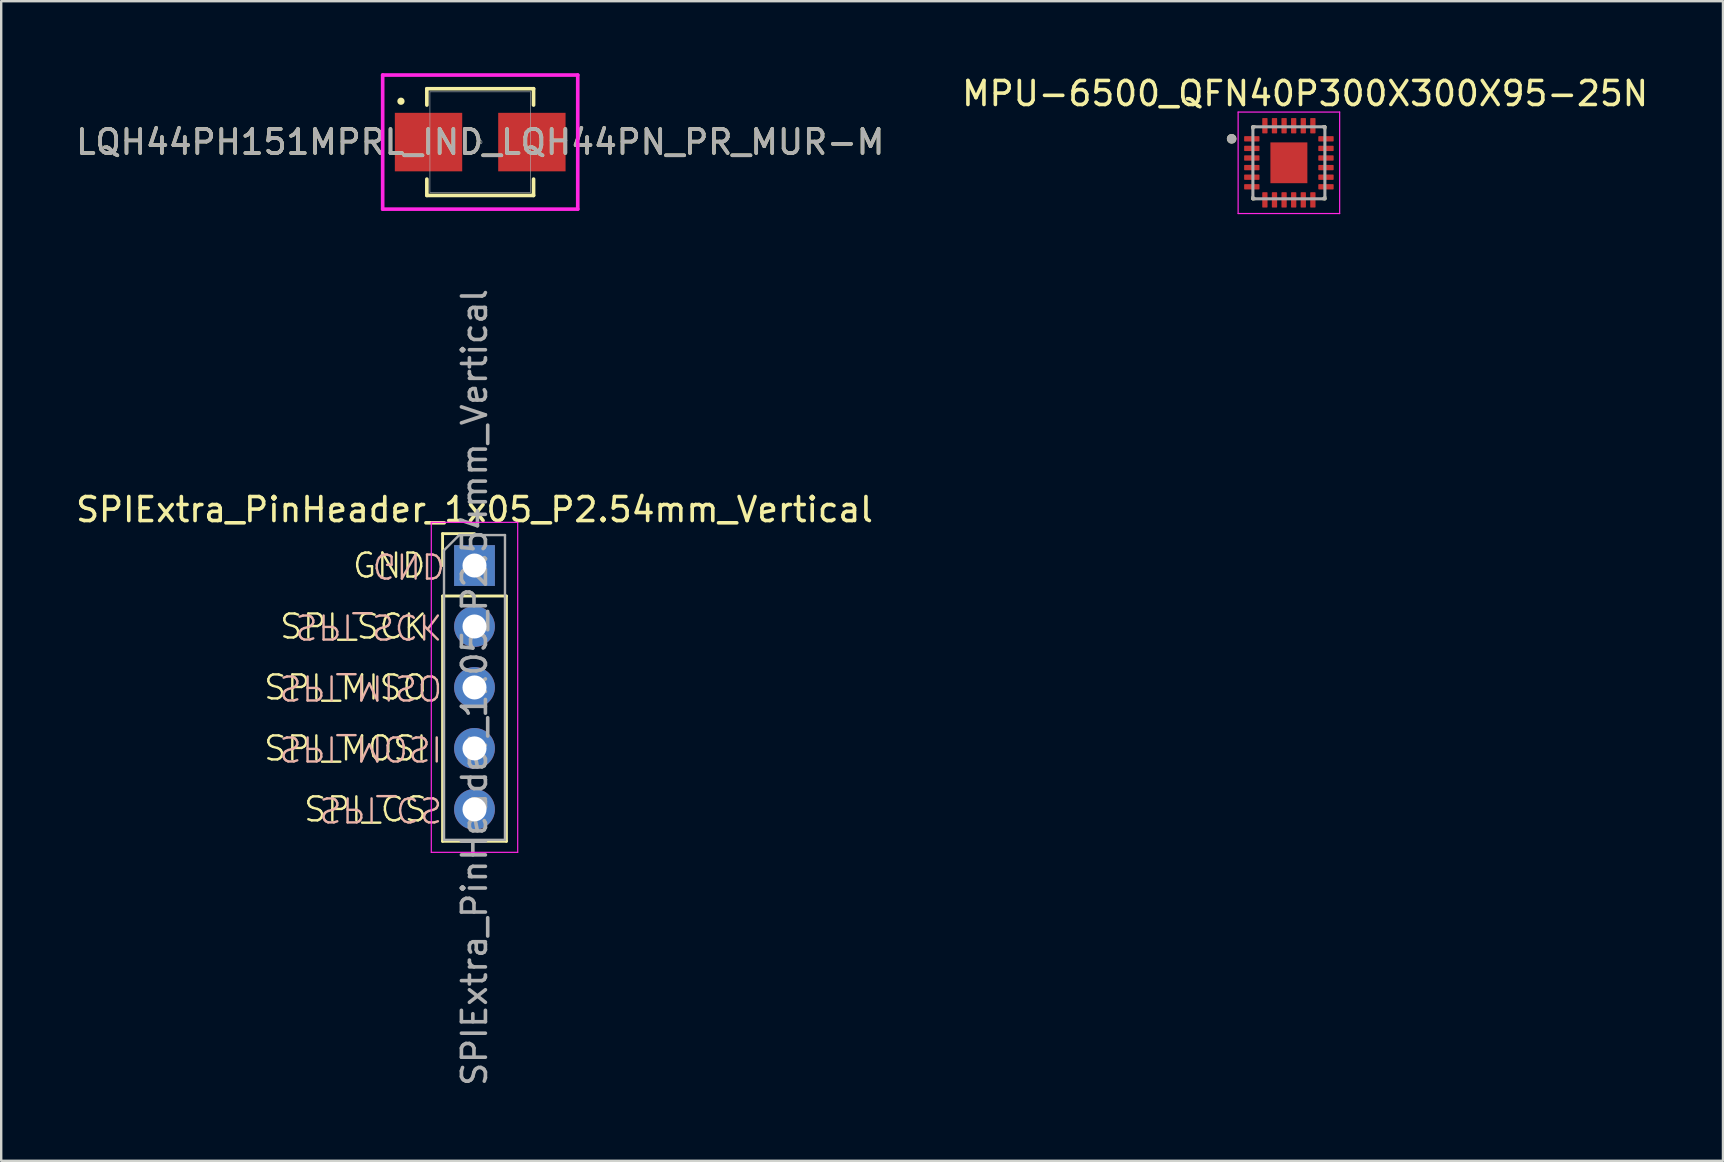
<source format=kicad_pcb>
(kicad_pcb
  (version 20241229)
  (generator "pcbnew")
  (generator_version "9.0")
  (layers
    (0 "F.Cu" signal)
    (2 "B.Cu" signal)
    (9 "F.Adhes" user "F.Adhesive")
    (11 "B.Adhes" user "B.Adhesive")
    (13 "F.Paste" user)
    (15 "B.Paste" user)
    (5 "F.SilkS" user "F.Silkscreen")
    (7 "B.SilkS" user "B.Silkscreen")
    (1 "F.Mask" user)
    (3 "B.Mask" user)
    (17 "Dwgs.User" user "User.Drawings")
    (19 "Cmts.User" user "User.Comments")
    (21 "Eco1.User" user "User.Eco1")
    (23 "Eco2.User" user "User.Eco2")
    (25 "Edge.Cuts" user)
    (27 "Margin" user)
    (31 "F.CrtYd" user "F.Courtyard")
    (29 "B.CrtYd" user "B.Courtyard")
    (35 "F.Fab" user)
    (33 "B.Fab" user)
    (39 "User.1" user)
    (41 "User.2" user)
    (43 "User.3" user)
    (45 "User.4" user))
  (footprint "SPIExtra_PinHeader_1x05_P2.54mm_Vertical"
    (layer "F.Cu")
    (at 16.72 20.513)
    (property "Reference" "SPIExtra_PinHeader_1x05_P2.54mm_Vertical" (at 0 -2.33 180) (layer "F.SilkS") (effects (font (size 1 1) (thickness 0.15))))
    (attr through_hole exclude_from_bom)
    (fp_line (start -1.33 -1.33) (end 0 -1.33) (stroke (width 0.12) (type solid)) (layer "F.SilkS"))
    (fp_line (start -1.33 0) (end -1.33 -1.33) (stroke (width 0.12) (type solid)) (layer "F.SilkS"))
    (fp_line (start -1.33 1.27) (end -1.33 11.49) (stroke (width 0.12) (type solid)) (layer "F.SilkS"))
    (fp_line (start -1.33 1.27) (end 1.33 1.27) (stroke (width 0.12) (type solid)) (layer "F.SilkS"))
    (fp_line (start -1.33 11.49) (end 1.33 11.49) (stroke (width 0.12) (type solid)) (layer "F.SilkS"))
    (fp_line (start 1.33 1.27) (end 1.33 11.49) (stroke (width 0.12) (type solid)) (layer "F.SilkS"))
    (fp_line (start -1.8 -1.8) (end -1.8 11.95) (stroke (width 0.05) (type solid)) (layer "F.CrtYd"))
    (fp_line (start -1.8 11.95) (end 1.8 11.95) (stroke (width 0.05) (type solid)) (layer "F.CrtYd"))
    (fp_line (start 1.8 -1.8) (end -1.8 -1.8) (stroke (width 0.05) (type solid)) (layer "F.CrtYd"))
    (fp_line (start 1.8 11.95) (end 1.8 -1.8) (stroke (width 0.05) (type solid)) (layer "F.CrtYd"))
    (fp_line (start -1.27 -0.635) (end -0.635 -1.27) (stroke (width 0.1) (type solid)) (layer "F.Fab"))
    (fp_line (start -1.27 11.43) (end -1.27 -0.635) (stroke (width 0.1) (type solid)) (layer "F.Fab"))
    (fp_line (start -0.635 -1.27) (end 1.27 -1.27) (stroke (width 0.1) (type solid)) (layer "F.Fab"))
    (fp_line (start 1.27 -1.27) (end 1.27 11.43) (stroke (width 0.1) (type solid)) (layer "F.Fab"))
    (fp_line (start 1.27 11.43) (end -1.27 11.43) (stroke (width 0.1) (type solid)) (layer "F.Fab"))
    (fp_text user "SPI_MOSI" (at -1.905 7.62 0) (unlocked yes) (layer "F.SilkS") (effects (font (size 1 1) (thickness 0.1)) (justify right)))
    (fp_text user "SPI_CS" (at -1.905 10.16 0) (unlocked yes) (layer "F.SilkS") (effects (font (size 1 1) (thickness 0.1)) (justify right)))
    (fp_text user "SPI_SCK" (at -1.905 2.54 0) (unlocked yes) (layer "F.SilkS") (effects (font (size 1 1) (thickness 0.1)) (justify right)))
    (fp_text user "SPI_MISO" (at -1.905 5.08 0) (unlocked yes) (layer "F.SilkS") (effects (font (size 1 1) (thickness 0.1)) (justify right)))
    (fp_text user "GND" (at -1.965 0 0) (unlocked yes) (layer "F.SilkS") (effects (font (size 1 1) (thickness 0.1)) (justify right)))
    (fp_text user "SPI_MOSI" (at -1.27 7.62 180) (unlocked yes) (layer "B.SilkS") (effects (font (size 1 1) (thickness 0.1)) (justify right mirror)))
    (fp_text user "SPI_SCK" (at -1.27 2.54 180) (unlocked yes) (layer "B.SilkS") (effects (font (size 1 1) (thickness 0.1)) (justify right mirror)))
    (fp_text user "GND" (at -1.15 0 180) (unlocked yes) (layer "B.SilkS") (effects (font (size 1 1) (thickness 0.1)) (justify right mirror)))
    (fp_text user "SPI_CS" (at -1.27 10.16 180) (unlocked yes) (layer "B.SilkS") (effects (font (size 1 1) (thickness 0.1)) (justify right mirror)))
    (fp_text user "SPI_MISO" (at -1.27 5.08 180) (unlocked yes) (layer "B.SilkS") (effects (font (size 1 1) (thickness 0.1)) (justify right mirror)))
    (fp_text user "${REFERENCE}" (at 0 5.08 90) (layer "F.Fab") (effects (font (size 1 1) (thickness 0.15))))
    (pad "1" thru_hole rect (at 0 0) (size 1.7 1.7) (drill 1) (layers "*.Cu" "*.Mask"))
    (pad "2" thru_hole oval (at 0 2.54) (size 1.7 1.7) (drill 1) (layers "*.Cu" "*.Mask"))
    (pad "3" thru_hole oval (at 0 5.08) (size 1.7 1.7) (drill 1) (layers "*.Cu" "*.Mask"))
    (pad "4" thru_hole oval (at 0 7.62) (size 1.7 1.7) (drill 1) (layers "*.Cu" "*.Mask"))
    (pad "5" thru_hole oval (at 0 10.16) (size 1.7 1.7) (drill 1) (layers "*.Cu" "*.Mask")))
  (footprint "MPU-6500_QFN40P300X300X95-25N"
    (layer "F.Cu")
    (at 50.652 3.733)
    (property "Reference" "MPU-6500_QFN40P300X300X95-25N" (at 0.675 -2.885 0) (layer "F.SilkS") (effects (font (size 1 1) (thickness 0.15))))
    (attr smd)
    (fp_line (start -1.5 -1.5) (end -1.5 -1.43) (stroke (width 0.127) (type solid)) (layer "F.SilkS"))
    (fp_line (start -1.5 -1.5) (end -1.43 -1.5) (stroke (width 0.127) (type solid)) (layer "F.SilkS"))
    (fp_line (start -1.5 1.5) (end -1.5 1.43) (stroke (width 0.127) (type solid)) (layer "F.SilkS"))
    (fp_line (start -1.5 1.5) (end -1.43 1.5) (stroke (width 0.127) (type solid)) (layer "F.SilkS"))
    (fp_line (start 1.5 -1.5) (end 1.43 -1.5) (stroke (width 0.127) (type solid)) (layer "F.SilkS"))
    (fp_line (start 1.5 -1.5) (end 1.5 -1.43) (stroke (width 0.127) (type solid)) (layer "F.SilkS"))
    (fp_line (start 1.5 1.5) (end 1.43 1.5) (stroke (width 0.127) (type solid)) (layer "F.SilkS"))
    (fp_line (start 1.5 1.5) (end 1.5 1.43) (stroke (width 0.127) (type solid)) (layer "F.SilkS"))
    (fp_circle (center -2.385 -1) (end -2.285 -1) (stroke (width 0.2) (type solid)) (fill no) (layer "F.SilkS"))
    (fp_poly (pts (xy -0.485 -0.54) (xy 0.485 -0.54) (xy 0.485 0.54) (xy -0.485 0.54)) (stroke (width 0.01) (type solid)) (fill yes) (layer "F.Paste"))
    (fp_line (start -2.115 -2.115) (end 2.115 -2.115) (stroke (width 0.05) (type solid)) (layer "F.CrtYd"))
    (fp_line (start -2.115 2.115) (end -2.115 -2.115) (stroke (width 0.05) (type solid)) (layer "F.CrtYd"))
    (fp_line (start -2.115 2.115) (end 2.115 2.115) (stroke (width 0.05) (type solid)) (layer "F.CrtYd"))
    (fp_line (start 2.115 2.115) (end 2.115 -2.115) (stroke (width 0.05) (type solid)) (layer "F.CrtYd"))
    (fp_line (start -1.5 1.5) (end -1.5 -1.5) (stroke (width 0.127) (type solid)) (layer "F.Fab"))
    (fp_line (start 1.5 -1.5) (end -1.5 -1.5) (stroke (width 0.127) (type solid)) (layer "F.Fab"))
    (fp_line (start 1.5 1.5) (end -1.5 1.5) (stroke (width 0.127) (type solid)) (layer "F.Fab"))
    (fp_line (start 1.5 1.5) (end 1.5 -1.5) (stroke (width 0.127) (type solid)) (layer "F.Fab"))
    (fp_circle (center -2.385 -1) (end -2.285 -1) (stroke (width 0.2) (type solid)) (fill no) (layer "F.Fab"))
    (pad "1" smd roundrect (at -1.545 -1) (size 0.64 0.22) (layers "F.Cu" "F.Mask" "F.Paste") (roundrect_rratio 0.125))
    (pad "2" smd roundrect (at -1.545 -0.6) (size 0.64 0.22) (layers "F.Cu" "F.Mask" "F.Paste") (roundrect_rratio 0.125))
    (pad "3" smd roundrect (at -1.545 -0.2) (size 0.64 0.22) (layers "F.Cu" "F.Mask" "F.Paste") (roundrect_rratio 0.125))
    (pad "4" smd roundrect (at -1.545 0.2) (size 0.64 0.22) (layers "F.Cu" "F.Mask" "F.Paste") (roundrect_rratio 0.125))
    (pad "5" smd roundrect (at -1.545 0.6) (size 0.64 0.22) (layers "F.Cu" "F.Mask" "F.Paste") (roundrect_rratio 0.125))
    (pad "6" smd roundrect (at -1.545 1) (size 0.64 0.22) (layers "F.Cu" "F.Mask" "F.Paste") (roundrect_rratio 0.125))
    (pad "7" smd roundrect (at -1 1.545) (size 0.22 0.64) (layers "F.Cu" "F.Mask" "F.Paste") (roundrect_rratio 0.125))
    (pad "8" smd roundrect (at -0.6 1.545) (size 0.22 0.64) (layers "F.Cu" "F.Mask" "F.Paste") (roundrect_rratio 0.125))
    (pad "9" smd roundrect (at -0.2 1.545) (size 0.22 0.64) (layers "F.Cu" "F.Mask" "F.Paste") (roundrect_rratio 0.125))
    (pad "10" smd roundrect (at 0.2 1.545) (size 0.22 0.64) (layers "F.Cu" "F.Mask" "F.Paste") (roundrect_rratio 0.125))
    (pad "11" smd roundrect (at 0.6 1.545) (size 0.22 0.64) (layers "F.Cu" "F.Mask" "F.Paste") (roundrect_rratio 0.125))
    (pad "12" smd roundrect (at 1 1.545) (size 0.22 0.64) (layers "F.Cu" "F.Mask" "F.Paste") (roundrect_rratio 0.125))
    (pad "13" smd roundrect (at 1.545 1) (size 0.64 0.22) (layers "F.Cu" "F.Mask" "F.Paste") (roundrect_rratio 0.125))
    (pad "14" smd roundrect (at 1.545 0.6) (size 0.64 0.22) (layers "F.Cu" "F.Mask" "F.Paste") (roundrect_rratio 0.125))
    (pad "15" smd roundrect (at 1.545 0.2) (size 0.64 0.22) (layers "F.Cu" "F.Mask" "F.Paste") (roundrect_rratio 0.125))
    (pad "16" smd roundrect (at 1.545 -0.2) (size 0.64 0.22) (layers "F.Cu" "F.Mask" "F.Paste") (roundrect_rratio 0.125))
    (pad "17" smd roundrect (at 1.545 -0.6) (size 0.64 0.22) (layers "F.Cu" "F.Mask" "F.Paste") (roundrect_rratio 0.125))
    (pad "18" smd roundrect (at 1.545 -1) (size 0.64 0.22) (layers "F.Cu" "F.Mask" "F.Paste") (roundrect_rratio 0.125))
    (pad "19" smd roundrect (at 1 -1.545) (size 0.22 0.64) (layers "F.Cu" "F.Mask" "F.Paste") (roundrect_rratio 0.125))
    (pad "20" smd roundrect (at 0.6 -1.545) (size 0.22 0.64) (layers "F.Cu" "F.Mask" "F.Paste") (roundrect_rratio 0.125))
    (pad "21" smd roundrect (at 0.2 -1.545) (size 0.22 0.64) (layers "F.Cu" "F.Mask" "F.Paste") (roundrect_rratio 0.125))
    (pad "22" smd roundrect (at -0.2 -1.545) (size 0.22 0.64) (layers "F.Cu" "F.Mask" "F.Paste") (roundrect_rratio 0.125))
    (pad "23" smd roundrect (at -0.6 -1.545) (size 0.22 0.64) (layers "F.Cu" "F.Mask" "F.Paste") (roundrect_rratio 0.125))
    (pad "24" smd roundrect (at -1 -1.545) (size 0.22 0.64) (layers "F.Cu" "F.Mask" "F.Paste") (roundrect_rratio 0.125))
    (pad "25" smd rect (at 0 0) (size 1.54 1.7) (layers "F.Cu" "F.Mask")))
  (footprint "LQH44PH151MPRL_IND_LQH44PN_PR_MUR-M"
    (layer "F.Cu")
    (at 16.958 2.87)
    (property "Reference" "LQH44PH151MPRL_IND_LQH44PN_PR_MUR-M" (at 0 0 0) (unlocked yes) (layer "F.SilkS") (effects (font (size 1 1) (thickness 0.15))))
    (attr smd)
    (fp_line (start -2.223 -2.223) (end -2.223 -1.543) (stroke (width 0.152) (type solid)) (layer "F.SilkS"))
    (fp_line (start -2.223 1.543) (end -2.223 2.223) (stroke (width 0.152) (type solid)) (layer "F.SilkS"))
    (fp_line (start -2.223 2.223) (end 2.223 2.223) (stroke (width 0.152) (type solid)) (layer "F.SilkS"))
    (fp_line (start 2.223 -2.223) (end -2.223 -2.223) (stroke (width 0.152) (type solid)) (layer "F.SilkS"))
    (fp_line (start 2.223 -1.543) (end 2.223 -2.223) (stroke (width 0.152) (type solid)) (layer "F.SilkS"))
    (fp_line (start 2.223 2.223) (end 2.223 1.543) (stroke (width 0.152) (type solid)) (layer "F.SilkS"))
    (fp_circle (center -3.302 -1.702) (end -3.226 -1.702) (stroke (width 0.152) (type solid)) (fill no) (layer "F.SilkS"))
    (fp_line (start -4.064 -2.794) (end 4.064 -2.794) (stroke (width 0.152) (type solid)) (layer "F.CrtYd"))
    (fp_line (start -4.064 2.794) (end -4.064 -2.794) (stroke (width 0.152) (type solid)) (layer "F.CrtYd"))
    (fp_line (start 4.064 2.794) (end -4.064 2.794) (stroke (width 0.152) (type solid)) (layer "F.CrtYd"))
    (fp_line (start 4.064 2.794) (end 4.064 -2.794) (stroke (width 0.152) (type solid)) (layer "F.CrtYd"))
    (fp_line (start -2.095 -2.095) (end -2.095 2.095) (stroke (width 0.025) (type solid)) (layer "F.Fab"))
    (fp_line (start -2.095 2.095) (end 2.095 2.095) (stroke (width 0.025) (type solid)) (layer "F.Fab"))
    (fp_line (start 2.095 -2.095) (end -2.095 -2.095) (stroke (width 0.025) (type solid)) (layer "F.Fab"))
    (fp_line (start 2.095 2.095) (end 2.095 -2.095) (stroke (width 0.025) (type solid)) (layer "F.Fab"))
    (fp_circle (center 0 0) (end 0.076 0) (stroke (width 0.025) (type solid)) (fill no) (layer "F.Fab"))
    (fp_text user "${REFERENCE}" (at 0 0 0) (unlocked yes) (layer "F.Fab") (effects (font (size 1 1) (thickness 0.15))))
    (pad "1" smd rect (at -2.153 0) (size 2.807 2.438) (layers "F.Cu" "F.Mask" "F.Paste"))
    (pad "2" smd rect (at 2.153 0) (size 2.807 2.438) (layers "F.Cu" "F.Mask" "F.Paste")))
  (gr_rect
    (start -3 -3)
    (end 68.738 45.314)
    (stroke (width 0.1) (type default))
    (fill no)
    (layer "Edge.Cuts")))
</source>
